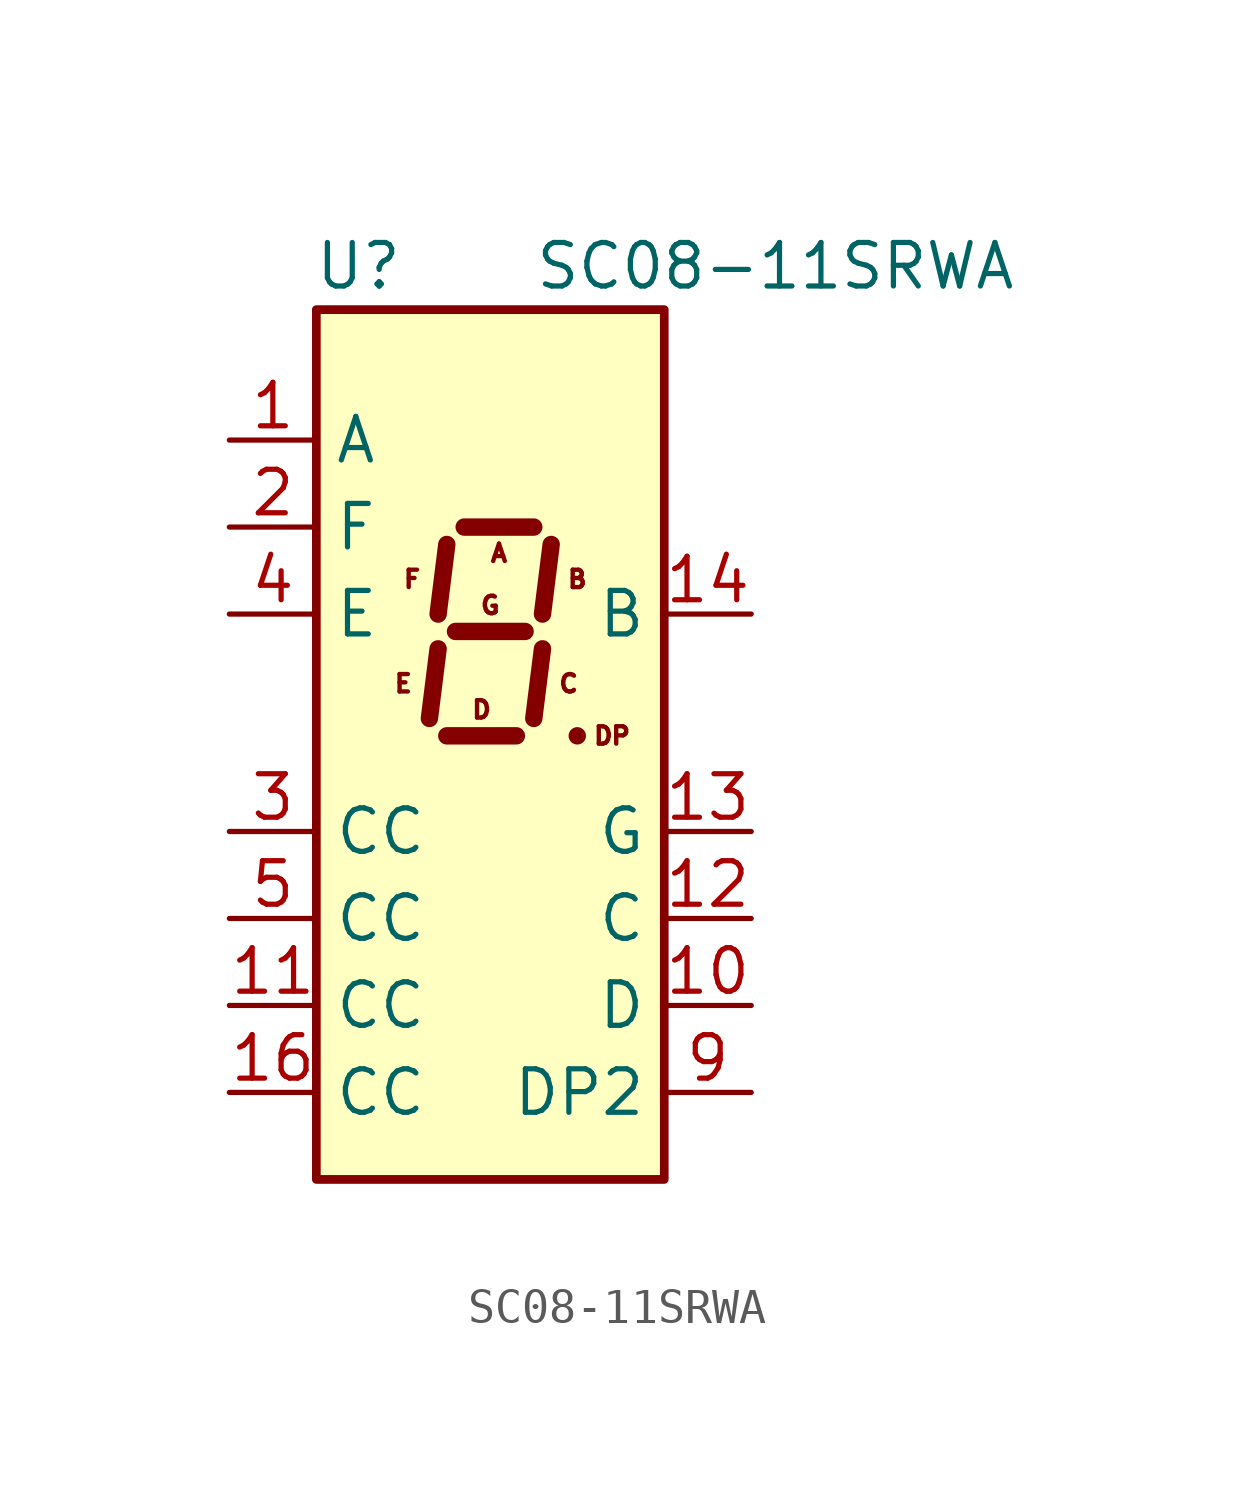
<source format=kicad_sym>
(kicad_symbol_lib
  (version 20220914)
  (generator kicad_symbol_editor)
  (symbol "SC08-11SRWA"
    (property "Reference" "U"
      (at -2.54 13.97 0)
      (effects (font (size 1.27 1.27)) (justify right)))
    (property "Value" "SC08-11SRWA"
      (at 1.27 13.97 0)
      (effects (font (size 1.27 1.27)) (justify left)))
    (symbol "SC08-11SRWA_0_0"
      (text "A" (at 0.254 5.588 0) (effects (font (size 0.508 0.508))))
      (text "B" (at 2.54 4.826 0) (effects (font (size 0.508 0.508))))
      (text "C" (at 2.286 1.778 0) (effects (font (size 0.508 0.508))))
      (text "D" (at -0.254 1.016 0) (effects (font (size 0.508 0.508))))
      (text "DP" (at 3.556 0.254 0) (effects (font (size 0.508 0.508))))
      (text "E" (at -2.54 1.778 0) (effects (font (size 0.508 0.508))))
      (text "F" (at -2.286 4.826 0) (effects (font (size 0.508 0.508))))
      (text "G" (at 0 4.064 0) (effects (font (size 0.508 0.508)))))
    (symbol "SC08-11SRWA_0_1"
      (rectangle (start -5.08 12.7) (end 5.08 -12.7) (stroke (width 0.254) (type default)) (fill (type background)))
      (polyline (pts (xy -1.524 2.794) (xy -1.778 0.762)) (stroke (width 0.508) (type default)) (fill (type none)))
      (polyline (pts (xy -1.27 0.254) (xy 0.762 0.254)) (stroke (width 0.508) (type default)) (fill (type none)))
      (polyline (pts (xy -1.27 5.842) (xy -1.524 3.81)) (stroke (width 0.508) (type default)) (fill (type none)))
      (polyline (pts (xy -1.016 3.302) (xy 1.016 3.302)) (stroke (width 0.508) (type default)) (fill (type none)))
      (polyline (pts (xy -0.762 6.35) (xy 1.27 6.35)) (stroke (width 0.508) (type default)) (fill (type none)))
      (polyline (pts (xy 1.524 2.794) (xy 1.27 0.762)) (stroke (width 0.508) (type default)) (fill (type none)))
      (polyline (pts (xy 1.778 5.842) (xy 1.524 3.81)) (stroke (width 0.508) (type default)) (fill (type none)))
      (polyline (pts (xy 2.54 0.254) (xy 2.54 0.254)) (stroke (width 0.508) (type default)) (fill (type none))))
    (symbol "SC08-11SRWA_1_0"
      (pin input line (at -7.62 -7.62 0) (length 2.54) (name "CC" (effects (font (size 1.27 1.27)))) (number "11" (effects (font (size 1.27 1.27)))))
      (pin input line (at 7.62 -5.08 180) (length 2.54) (name "C" (effects (font (size 1.27 1.27)))) (number "12" (effects (font (size 1.27 1.27)))))
      (pin input line (at 7.62 -2.54 180) (length 2.54) (name "G" (effects (font (size 1.27 1.27)))) (number "13" (effects (font (size 1.27 1.27)))))
      (pin input line (at 7.62 3.81 180) (length 2.54) (name "B" (effects (font (size 1.27 1.27)))) (number "14" (effects (font (size 1.27 1.27)))))
      (pin input line (at -7.62 -10.16 0) (length 2.54) (name "CC" (effects (font (size 1.27 1.27)))) (number "16" (effects (font (size 1.27 1.27))))))
    (symbol "SC08-11SRWA_1_1"
      (pin input line (at -7.62 8.89 0) (length 2.54) (name "A" (effects (font (size 1.27 1.27)))) (number "1" (effects (font (size 1.27 1.27)))))
      (pin input line (at 7.62 -7.62 180) (length 2.54) (name "D" (effects (font (size 1.27 1.27)))) (number "10" (effects (font (size 1.27 1.27)))))
      (pin input line (at -7.62 6.35 0) (length 2.54) (name "F" (effects (font (size 1.27 1.27)))) (number "2" (effects (font (size 1.27 1.27)))))
      (pin input line (at -7.62 -2.54 0) (length 2.54) (name "CC" (effects (font (size 1.27 1.27)))) (number "3" (effects (font (size 1.27 1.27)))))
      (pin input line (at -7.62 3.81 0) (length 2.54) (name "E" (effects (font (size 1.27 1.27)))) (number "4" (effects (font (size 1.27 1.27)))))
      (pin input line (at -7.62 -5.08 0) (length 2.54) (name "CC" (effects (font (size 1.27 1.27)))) (number "5" (effects (font (size 1.27 1.27)))))
      (pin input line (at 7.62 -10.16 180) (length 2.54) (name "DP2" (effects (font (size 1.27 1.27)))) (number "9" (effects (font (size 1.27 1.27))))))))
</source>
